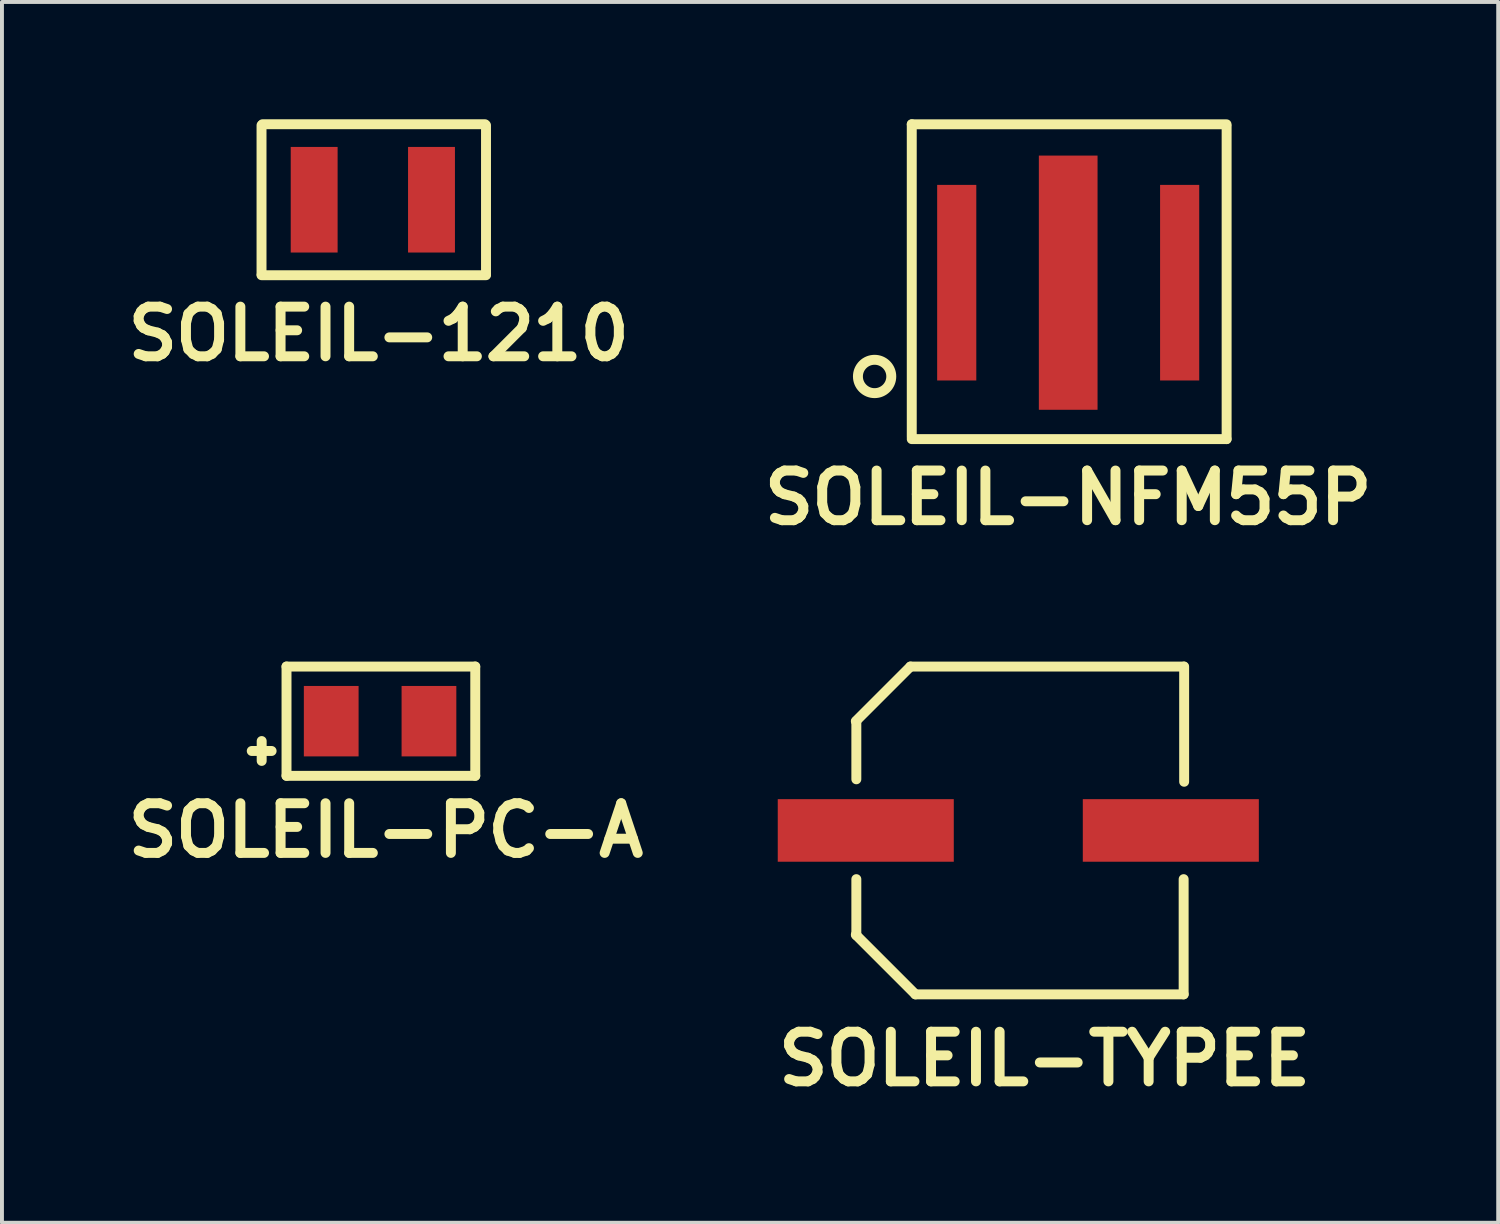
<source format=kicad_pcb>
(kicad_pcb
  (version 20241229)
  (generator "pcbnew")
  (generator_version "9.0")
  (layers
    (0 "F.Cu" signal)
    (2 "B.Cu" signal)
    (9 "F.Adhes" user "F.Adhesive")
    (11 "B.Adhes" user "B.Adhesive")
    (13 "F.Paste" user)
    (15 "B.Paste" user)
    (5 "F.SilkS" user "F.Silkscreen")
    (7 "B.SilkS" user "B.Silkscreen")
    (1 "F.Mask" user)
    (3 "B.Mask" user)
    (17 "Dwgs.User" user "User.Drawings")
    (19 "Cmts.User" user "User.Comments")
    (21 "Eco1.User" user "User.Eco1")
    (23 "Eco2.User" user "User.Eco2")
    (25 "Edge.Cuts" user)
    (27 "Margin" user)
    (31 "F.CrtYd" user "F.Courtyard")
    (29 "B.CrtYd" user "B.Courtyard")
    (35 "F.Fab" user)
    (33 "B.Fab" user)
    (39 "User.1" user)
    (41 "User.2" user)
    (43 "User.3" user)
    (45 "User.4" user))
  (footprint "SOLEIL-1210"
    (layer "F.Cu")
    (at 4.983 2.057)
    (property "Reference" "SOLEIL-1210" (at 1.651 3.429 0) (layer "F.SilkS") (effects (font (size 1.27 1.27) (thickness 0.254))))
    (attr through_hole)
    (fp_line (start -1.346 1.905) (end -1.346 -1.905) (stroke (width 0.254) (type solid)) (layer "F.SilkS"))
    (fp_line (start -1.321 -1.93) (end 4.369 -1.93) (stroke (width 0.254) (type solid)) (layer "F.SilkS"))
    (fp_line (start 4.394 -1.905) (end 4.394 1.905) (stroke (width 0.254) (type solid)) (layer "F.SilkS"))
    (fp_line (start 4.394 1.93) (end -1.346 1.93) (stroke (width 0.254) (type solid)) (layer "F.SilkS"))
    (pad "1" smd rect (at 0 0) (size 1.199 2.7) (layers "F.Cu" "F.Mask" "F.Paste"))
    (pad "2" smd rect (at 3 0) (size 1.199 2.7) (layers "F.Cu" "F.Mask" "F.Paste")))
  (footprint "SOLEIL-NFM55P"
    (layer "F.Cu")
    (at 24.263 4.178)
    (property "Reference" "SOLEIL-NFM55P" (at 0 5.499 0) (layer "F.SilkS") (effects (font (size 1.27 1.27) (thickness 0.254))))
    (attr through_hole)
    (fp_line (start -4 3.95) (end -4 -4.051) (stroke (width 0.254) (type solid)) (layer "F.SilkS"))
    (fp_line (start 4.049 -4.049) (end -4 -4.049) (stroke (width 0.254) (type solid)) (layer "F.SilkS"))
    (fp_line (start 4.049 4) (end -4 4) (stroke (width 0.254) (type solid)) (layer "F.SilkS"))
    (fp_line (start 4.051 -4) (end 4.051 4) (stroke (width 0.254) (type solid)) (layer "F.SilkS"))
    (fp_circle (center -4.95 2.398) (end -5.349 2.548) (stroke (width 0.254) (type solid)) (fill no) (layer "F.SilkS"))
    (pad "1" smd rect (at -2.85 0) (size 1.001 5.001) (layers "F.Cu" "F.Mask" "F.Paste"))
    (pad "2" smd rect (at 0 0) (size 1.501 6.5) (layers "F.Cu" "F.Mask" "F.Paste"))
    (pad "3" smd rect (at 2.85 0) (size 1.001 5.001) (layers "F.Cu" "F.Mask" "F.Paste")))
  (footprint "SOLEIL-PC-A"
    (layer "F.Cu")
    (at 5.419 15.39)
    (property "Reference" "SOLEIL-PC-A" (at 1.397 2.794 0) (layer "F.SilkS") (effects (font (size 1.27 1.27) (thickness 0.254))))
    (attr through_hole)
    (fp_line (start -2.032 0.762) (end -1.524 0.762) (stroke (width 0.254) (type solid)) (layer "F.SilkS"))
    (fp_line (start -1.778 0.508) (end -1.778 1.016) (stroke (width 0.254) (type solid)) (layer "F.SilkS"))
    (fp_line (start -1.143 -1.397) (end 3.683 -1.397) (stroke (width 0.254) (type solid)) (layer "F.SilkS"))
    (fp_line (start -1.143 1.397) (end -1.143 -1.397) (stroke (width 0.254) (type solid)) (layer "F.SilkS"))
    (fp_line (start 3.683 -1.397) (end 3.683 1.397) (stroke (width 0.254) (type solid)) (layer "F.SilkS"))
    (fp_line (start 3.683 1.397) (end -1.143 1.397) (stroke (width 0.254) (type solid)) (layer "F.SilkS"))
    (pad "1" smd rect (at 0 0) (size 1.4 1.801) (layers "F.Cu" "F.Mask" "F.Paste"))
    (pad "2" smd rect (at 2.499 0) (size 1.4 1.801) (layers "F.Cu" "F.Mask" "F.Paste")))
  (footprint "SOLEIL-TYPEE"
    (layer "F.Cu")
    (at 19.087 18.184)
    (property "Reference" "SOLEIL-TYPEE" (at 4.572 5.842 0) (layer "F.SilkS") (effects (font (size 1.27 1.27) (thickness 0.254))))
    (attr through_hole)
    (fp_line (start -0.254 -2.794) (end 1.143 -4.191) (stroke (width 0.254) (type solid)) (layer "F.SilkS"))
    (fp_line (start -0.254 2.667) (end 1.27 4.191) (stroke (width 0.254) (type solid)) (layer "F.SilkS"))
    (fp_line (start -0.241 -2.794) (end -0.241 -1.308) (stroke (width 0.254) (type solid)) (layer "F.SilkS"))
    (fp_line (start -0.241 2.68) (end -0.241 1.245) (stroke (width 0.254) (type solid)) (layer "F.SilkS"))
    (fp_line (start 1.143 -4.191) (end 8.128 -4.191) (stroke (width 0.254) (type solid)) (layer "F.SilkS"))
    (fp_line (start 1.27 4.191) (end 8.128 4.191) (stroke (width 0.254) (type solid)) (layer "F.SilkS"))
    (fp_line (start 8.128 4.191) (end 8.128 1.245) (stroke (width 0.254) (type solid)) (layer "F.SilkS"))
    (fp_line (start 8.141 -4.191) (end 8.141 -1.245) (stroke (width 0.254) (type solid)) (layer "F.SilkS"))
    (pad "1" smd rect (at 0 0) (size 4.501 1.6) (layers "F.Cu" "F.Mask" "F.Paste"))
    (pad "2" smd rect (at 7.8 0) (size 4.501 1.6) (layers "F.Cu" "F.Mask" "F.Paste")))
  (gr_rect
    (start -3 -3)
    (end 35.258 28.215)
    (stroke (width 0.1) (type default))
    (fill no)
    (layer "Edge.Cuts")))
</source>
